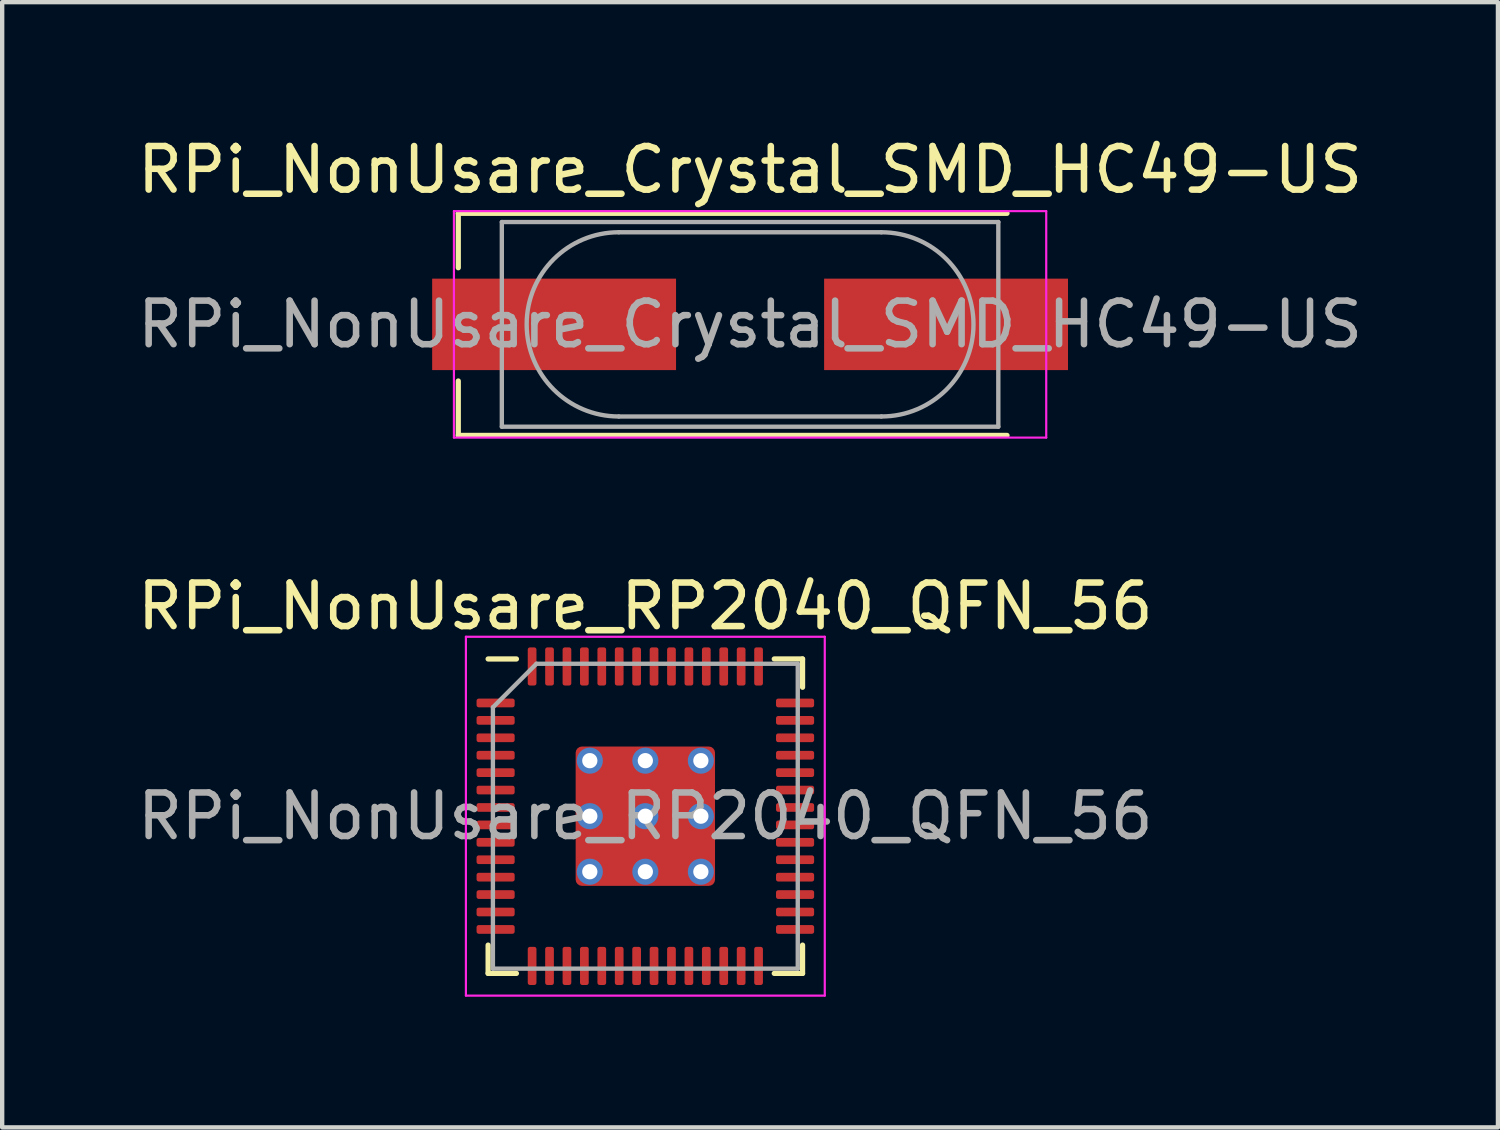
<source format=kicad_pcb>
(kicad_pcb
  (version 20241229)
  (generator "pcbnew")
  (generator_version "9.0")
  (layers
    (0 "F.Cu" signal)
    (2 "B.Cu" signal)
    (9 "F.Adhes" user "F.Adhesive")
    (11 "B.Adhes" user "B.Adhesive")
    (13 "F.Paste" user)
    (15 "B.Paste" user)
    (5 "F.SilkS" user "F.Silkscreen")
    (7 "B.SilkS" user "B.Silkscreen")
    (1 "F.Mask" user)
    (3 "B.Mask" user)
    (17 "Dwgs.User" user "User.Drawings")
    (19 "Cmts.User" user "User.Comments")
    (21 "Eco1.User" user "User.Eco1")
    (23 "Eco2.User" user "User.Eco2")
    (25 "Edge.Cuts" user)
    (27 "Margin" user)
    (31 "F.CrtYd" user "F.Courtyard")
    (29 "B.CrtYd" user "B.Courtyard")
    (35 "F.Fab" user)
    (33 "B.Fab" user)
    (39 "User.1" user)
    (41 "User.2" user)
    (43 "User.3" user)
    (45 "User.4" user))
  (footprint "RPi_NonUsare_RP2040_QFN_56"
    (layer "F.Cu")
    (at 11.768 15.691)
    (property "Reference" "RPi_NonUsare_RP2040_QFN_56" (at 0 -4.82 0) (layer "F.SilkS") (effects (font (size 1 1) (thickness 0.15))))
    (attr smd)
    (fp_line (start -3.61 3.61) (end -3.61 2.96) (stroke (width 0.12) (type solid)) (layer "F.SilkS"))
    (fp_line (start -2.96 -3.61) (end -3.61 -3.61) (stroke (width 0.12) (type solid)) (layer "F.SilkS"))
    (fp_line (start -2.96 3.61) (end -3.61 3.61) (stroke (width 0.12) (type solid)) (layer "F.SilkS"))
    (fp_line (start 2.96 -3.61) (end 3.61 -3.61) (stroke (width 0.12) (type solid)) (layer "F.SilkS"))
    (fp_line (start 2.96 3.61) (end 3.61 3.61) (stroke (width 0.12) (type solid)) (layer "F.SilkS"))
    (fp_line (start 3.61 -3.61) (end 3.61 -2.96) (stroke (width 0.12) (type solid)) (layer "F.SilkS"))
    (fp_line (start 3.61 3.61) (end 3.61 2.96) (stroke (width 0.12) (type solid)) (layer "F.SilkS"))
    (fp_line (start -4.12 -4.12) (end -4.12 4.12) (stroke (width 0.05) (type solid)) (layer "F.CrtYd"))
    (fp_line (start -4.12 4.12) (end 4.12 4.12) (stroke (width 0.05) (type solid)) (layer "F.CrtYd"))
    (fp_line (start 4.12 -4.12) (end -4.12 -4.12) (stroke (width 0.05) (type solid)) (layer "F.CrtYd"))
    (fp_line (start 4.12 4.12) (end 4.12 -4.12) (stroke (width 0.05) (type solid)) (layer "F.CrtYd"))
    (fp_line (start -3.5 -2.5) (end -2.5 -3.5) (stroke (width 0.1) (type solid)) (layer "F.Fab"))
    (fp_line (start -3.5 3.5) (end -3.5 -2.5) (stroke (width 0.1) (type solid)) (layer "F.Fab"))
    (fp_line (start -2.5 -3.5) (end 3.5 -3.5) (stroke (width 0.1) (type solid)) (layer "F.Fab"))
    (fp_line (start 3.5 -3.5) (end 3.5 3.5) (stroke (width 0.1) (type solid)) (layer "F.Fab"))
    (fp_line (start 3.5 3.5) (end -3.5 3.5) (stroke (width 0.1) (type solid)) (layer "F.Fab"))
    (fp_text user "${REFERENCE}" (at 0 0 0) (layer "F.Fab") (effects (font (size 1 1) (thickness 0.15))))
    (pad "" smd roundrect (at -0.637 -0.637) (size 1.084 1.084) (layers "F.Paste") (roundrect_rratio 0.231))
    (pad "" smd roundrect (at -0.637 0.637) (size 1.084 1.084) (layers "F.Paste") (roundrect_rratio 0.231))
    (pad "" smd roundrect (at 0.637 -0.637) (size 1.084 1.084) (layers "F.Paste") (roundrect_rratio 0.231))
    (pad "" smd roundrect (at 0.637 0.637) (size 1.084 1.084) (layers "F.Paste") (roundrect_rratio 0.231))
    (pad "1" smd roundrect (at -3.438 -2.6) (size 0.875 0.2) (layers "F.Cu" "F.Mask" "F.Paste") (roundrect_rratio 0.25))
    (pad "2" smd roundrect (at -3.438 -2.2) (size 0.875 0.2) (layers "F.Cu" "F.Mask" "F.Paste") (roundrect_rratio 0.25))
    (pad "3" smd roundrect (at -3.438 -1.8) (size 0.875 0.2) (layers "F.Cu" "F.Mask" "F.Paste") (roundrect_rratio 0.25))
    (pad "4" smd roundrect (at -3.438 -1.4) (size 0.875 0.2) (layers "F.Cu" "F.Mask" "F.Paste") (roundrect_rratio 0.25))
    (pad "5" smd roundrect (at -3.438 -1) (size 0.875 0.2) (layers "F.Cu" "F.Mask" "F.Paste") (roundrect_rratio 0.25))
    (pad "6" smd roundrect (at -3.438 -0.6) (size 0.875 0.2) (layers "F.Cu" "F.Mask" "F.Paste") (roundrect_rratio 0.25))
    (pad "7" smd roundrect (at -3.438 -0.2) (size 0.875 0.2) (layers "F.Cu" "F.Mask" "F.Paste") (roundrect_rratio 0.25))
    (pad "8" smd roundrect (at -3.438 0.2) (size 0.875 0.2) (layers "F.Cu" "F.Mask" "F.Paste") (roundrect_rratio 0.25))
    (pad "9" smd roundrect (at -3.438 0.6) (size 0.875 0.2) (layers "F.Cu" "F.Mask" "F.Paste") (roundrect_rratio 0.25))
    (pad "10" smd roundrect (at -3.438 1) (size 0.875 0.2) (layers "F.Cu" "F.Mask" "F.Paste") (roundrect_rratio 0.25))
    (pad "11" smd roundrect (at -3.438 1.4) (size 0.875 0.2) (layers "F.Cu" "F.Mask" "F.Paste") (roundrect_rratio 0.25))
    (pad "12" smd roundrect (at -3.438 1.8) (size 0.875 0.2) (layers "F.Cu" "F.Mask" "F.Paste") (roundrect_rratio 0.25))
    (pad "13" smd roundrect (at -3.438 2.2) (size 0.875 0.2) (layers "F.Cu" "F.Mask" "F.Paste") (roundrect_rratio 0.25))
    (pad "14" smd roundrect (at -3.438 2.6) (size 0.875 0.2) (layers "F.Cu" "F.Mask" "F.Paste") (roundrect_rratio 0.25))
    (pad "15" smd roundrect (at -2.6 3.438) (size 0.2 0.875) (layers "F.Cu" "F.Mask" "F.Paste") (roundrect_rratio 0.25))
    (pad "16" smd roundrect (at -2.2 3.438) (size 0.2 0.875) (layers "F.Cu" "F.Mask" "F.Paste") (roundrect_rratio 0.25))
    (pad "17" smd roundrect (at -1.8 3.438) (size 0.2 0.875) (layers "F.Cu" "F.Mask" "F.Paste") (roundrect_rratio 0.25))
    (pad "18" smd roundrect (at -1.4 3.438) (size 0.2 0.875) (layers "F.Cu" "F.Mask" "F.Paste") (roundrect_rratio 0.25))
    (pad "19" smd roundrect (at -1 3.438) (size 0.2 0.875) (layers "F.Cu" "F.Mask" "F.Paste") (roundrect_rratio 0.25))
    (pad "20" smd roundrect (at -0.6 3.438) (size 0.2 0.875) (layers "F.Cu" "F.Mask" "F.Paste") (roundrect_rratio 0.25))
    (pad "21" smd roundrect (at -0.2 3.438) (size 0.2 0.875) (layers "F.Cu" "F.Mask" "F.Paste") (roundrect_rratio 0.25))
    (pad "22" smd roundrect (at 0.2 3.438) (size 0.2 0.875) (layers "F.Cu" "F.Mask" "F.Paste") (roundrect_rratio 0.25))
    (pad "23" smd roundrect (at 0.6 3.438) (size 0.2 0.875) (layers "F.Cu" "F.Mask" "F.Paste") (roundrect_rratio 0.25))
    (pad "24" smd roundrect (at 1 3.438) (size 0.2 0.875) (layers "F.Cu" "F.Mask" "F.Paste") (roundrect_rratio 0.25))
    (pad "25" smd roundrect (at 1.4 3.438) (size 0.2 0.875) (layers "F.Cu" "F.Mask" "F.Paste") (roundrect_rratio 0.25))
    (pad "26" smd roundrect (at 1.8 3.438) (size 0.2 0.875) (layers "F.Cu" "F.Mask" "F.Paste") (roundrect_rratio 0.25))
    (pad "27" smd roundrect (at 2.2 3.438) (size 0.2 0.875) (layers "F.Cu" "F.Mask" "F.Paste") (roundrect_rratio 0.25))
    (pad "28" smd roundrect (at 2.6 3.438) (size 0.2 0.875) (layers "F.Cu" "F.Mask" "F.Paste") (roundrect_rratio 0.25))
    (pad "29" smd roundrect (at 3.438 2.6) (size 0.875 0.2) (layers "F.Cu" "F.Mask" "F.Paste") (roundrect_rratio 0.25))
    (pad "30" smd roundrect (at 3.438 2.2) (size 0.875 0.2) (layers "F.Cu" "F.Mask" "F.Paste") (roundrect_rratio 0.25))
    (pad "31" smd roundrect (at 3.438 1.8) (size 0.875 0.2) (layers "F.Cu" "F.Mask" "F.Paste") (roundrect_rratio 0.25))
    (pad "32" smd roundrect (at 3.438 1.4) (size 0.875 0.2) (layers "F.Cu" "F.Mask" "F.Paste") (roundrect_rratio 0.25))
    (pad "33" smd roundrect (at 3.438 1) (size 0.875 0.2) (layers "F.Cu" "F.Mask" "F.Paste") (roundrect_rratio 0.25))
    (pad "34" smd roundrect (at 3.438 0.6) (size 0.875 0.2) (layers "F.Cu" "F.Mask" "F.Paste") (roundrect_rratio 0.25))
    (pad "35" smd roundrect (at 3.438 0.2) (size 0.875 0.2) (layers "F.Cu" "F.Mask" "F.Paste") (roundrect_rratio 0.25))
    (pad "36" smd roundrect (at 3.438 -0.2) (size 0.875 0.2) (layers "F.Cu" "F.Mask" "F.Paste") (roundrect_rratio 0.25))
    (pad "37" smd roundrect (at 3.438 -0.6) (size 0.875 0.2) (layers "F.Cu" "F.Mask" "F.Paste") (roundrect_rratio 0.25))
    (pad "38" smd roundrect (at 3.438 -1) (size 0.875 0.2) (layers "F.Cu" "F.Mask" "F.Paste") (roundrect_rratio 0.25))
    (pad "39" smd roundrect (at 3.438 -1.4) (size 0.875 0.2) (layers "F.Cu" "F.Mask" "F.Paste") (roundrect_rratio 0.25))
    (pad "40" smd roundrect (at 3.438 -1.8) (size 0.875 0.2) (layers "F.Cu" "F.Mask" "F.Paste") (roundrect_rratio 0.25))
    (pad "41" smd roundrect (at 3.438 -2.2) (size 0.875 0.2) (layers "F.Cu" "F.Mask" "F.Paste") (roundrect_rratio 0.25))
    (pad "42" smd roundrect (at 3.438 -2.6) (size 0.875 0.2) (layers "F.Cu" "F.Mask" "F.Paste") (roundrect_rratio 0.25))
    (pad "43" smd roundrect (at 2.6 -3.438) (size 0.2 0.875) (layers "F.Cu" "F.Mask" "F.Paste") (roundrect_rratio 0.25))
    (pad "44" smd roundrect (at 2.2 -3.438) (size 0.2 0.875) (layers "F.Cu" "F.Mask" "F.Paste") (roundrect_rratio 0.25))
    (pad "45" smd roundrect (at 1.8 -3.438) (size 0.2 0.875) (layers "F.Cu" "F.Mask" "F.Paste") (roundrect_rratio 0.25))
    (pad "46" smd roundrect (at 1.4 -3.438) (size 0.2 0.875) (layers "F.Cu" "F.Mask" "F.Paste") (roundrect_rratio 0.25))
    (pad "47" smd roundrect (at 1 -3.438) (size 0.2 0.875) (layers "F.Cu" "F.Mask" "F.Paste") (roundrect_rratio 0.25))
    (pad "48" smd roundrect (at 0.6 -3.438) (size 0.2 0.875) (layers "F.Cu" "F.Mask" "F.Paste") (roundrect_rratio 0.25))
    (pad "49" smd roundrect (at 0.2 -3.438) (size 0.2 0.875) (layers "F.Cu" "F.Mask" "F.Paste") (roundrect_rratio 0.25))
    (pad "50" smd roundrect (at -0.2 -3.438) (size 0.2 0.875) (layers "F.Cu" "F.Mask" "F.Paste") (roundrect_rratio 0.25))
    (pad "51" smd roundrect (at -0.6 -3.438) (size 0.2 0.875) (layers "F.Cu" "F.Mask" "F.Paste") (roundrect_rratio 0.25))
    (pad "52" smd roundrect (at -1 -3.438) (size 0.2 0.875) (layers "F.Cu" "F.Mask" "F.Paste") (roundrect_rratio 0.25))
    (pad "53" smd roundrect (at -1.4 -3.438) (size 0.2 0.875) (layers "F.Cu" "F.Mask" "F.Paste") (roundrect_rratio 0.25))
    (pad "54" smd roundrect (at -1.8 -3.438) (size 0.2 0.875) (layers "F.Cu" "F.Mask" "F.Paste") (roundrect_rratio 0.25))
    (pad "55" smd roundrect (at -2.2 -3.438) (size 0.2 0.875) (layers "F.Cu" "F.Mask" "F.Paste") (roundrect_rratio 0.25))
    (pad "56" smd roundrect (at -2.6 -3.438) (size 0.2 0.875) (layers "F.Cu" "F.Mask" "F.Paste") (roundrect_rratio 0.25))
    (pad "57" thru_hole circle (at -1.275 -1.275) (size 0.6 0.6) (drill 0.35) (layers "*.Cu"))
    (pad "57" thru_hole circle (at -1.275 0) (size 0.6 0.6) (drill 0.35) (layers "*.Cu"))
    (pad "57" thru_hole circle (at -1.275 1.275) (size 0.6 0.6) (drill 0.35) (layers "*.Cu"))
    (pad "57" thru_hole circle (at 0 -1.275) (size 0.6 0.6) (drill 0.35) (layers "*.Cu"))
    (pad "57" thru_hole circle (at 0 0) (size 0.6 0.6) (drill 0.35) (layers "*.Cu"))
    (pad "57" smd roundrect (at 0 0) (size 3.2 3.2) (layers "F.Cu" "F.Mask") (roundrect_rratio 0.045))
    (pad "57" thru_hole circle (at 0 1.275) (size 0.6 0.6) (drill 0.35) (layers "*.Cu"))
    (pad "57" thru_hole circle (at 1.275 -1.275) (size 0.6 0.6) (drill 0.35) (layers "*.Cu"))
    (pad "57" thru_hole circle (at 1.275 0) (size 0.6 0.6) (drill 0.35) (layers "*.Cu"))
    (pad "57" thru_hole circle (at 1.275 1.275) (size 0.6 0.6) (drill 0.35) (layers "*.Cu")))
  (footprint "RPi_NonUsare_Crystal_SMD_HC49-US"
    (layer "F.Cu")
    (at 14.173 4.398)
    (property "Reference" "RPi_NonUsare_Crystal_SMD_HC49-US" (at 0 -3.55 0) (layer "F.SilkS") (effects (font (size 1 1) (thickness 0.15))))
    (attr smd)
    (fp_line (start -6.7 -2.55) (end -6.7 -1.3) (stroke (width 0.12) (type solid)) (layer "F.SilkS"))
    (fp_line (start -6.7 1.3) (end -6.7 2.55) (stroke (width 0.12) (type solid)) (layer "F.SilkS"))
    (fp_line (start -6.7 2.55) (end 5.9 2.55) (stroke (width 0.12) (type solid)) (layer "F.SilkS"))
    (fp_line (start 5.9 -2.55) (end -6.7 -2.55) (stroke (width 0.12) (type solid)) (layer "F.SilkS"))
    (fp_line (start -6.8 -2.6) (end -6.8 2.6) (stroke (width 0.05) (type solid)) (layer "F.CrtYd"))
    (fp_line (start -6.8 2.6) (end 6.8 2.6) (stroke (width 0.05) (type solid)) (layer "F.CrtYd"))
    (fp_line (start 6.8 -2.6) (end -6.8 -2.6) (stroke (width 0.05) (type solid)) (layer "F.CrtYd"))
    (fp_line (start 6.8 2.6) (end 6.8 -2.6) (stroke (width 0.05) (type solid)) (layer "F.CrtYd"))
    (fp_line (start -5.7 -2.35) (end -5.7 2.35) (stroke (width 0.1) (type solid)) (layer "F.Fab"))
    (fp_line (start -5.7 2.35) (end 5.7 2.35) (stroke (width 0.1) (type solid)) (layer "F.Fab"))
    (fp_line (start -3.015 -2.115) (end 3.015 -2.115) (stroke (width 0.1) (type solid)) (layer "F.Fab"))
    (fp_line (start -3.015 2.115) (end 3.015 2.115) (stroke (width 0.1) (type solid)) (layer "F.Fab"))
    (fp_line (start 5.7 -2.35) (end -5.7 -2.35) (stroke (width 0.1) (type solid)) (layer "F.Fab"))
    (fp_line (start 5.7 2.35) (end 5.7 -2.35) (stroke (width 0.1) (type solid)) (layer "F.Fab"))
    (fp_arc (start -3.015 2.115) (mid -5.13 0) (end -3.015 -2.115) (stroke (width 0.1) (type solid)) (layer "F.Fab"))
    (fp_arc (start 3.015 -2.115) (mid 5.13 0) (end 3.015 2.115) (stroke (width 0.1) (type solid)) (layer "F.Fab"))
    (fp_text user "${REFERENCE}" (at 0 0 0) (layer "F.Fab") (effects (font (size 1 1) (thickness 0.15))))
    (pad "1" smd rect (at -4.5 0) (size 5.6 2.1) (layers "F.Cu" "F.Mask" "F.Paste"))
    (pad "2" smd rect (at 4.5 0) (size 5.6 2.1) (layers "F.Cu" "F.Mask" "F.Paste")))
  (gr_rect
    (start -3 -3)
    (end 31.345 22.837)
    (stroke (width 0.1) (type default))
    (fill no)
    (layer "Edge.Cuts")))
</source>
